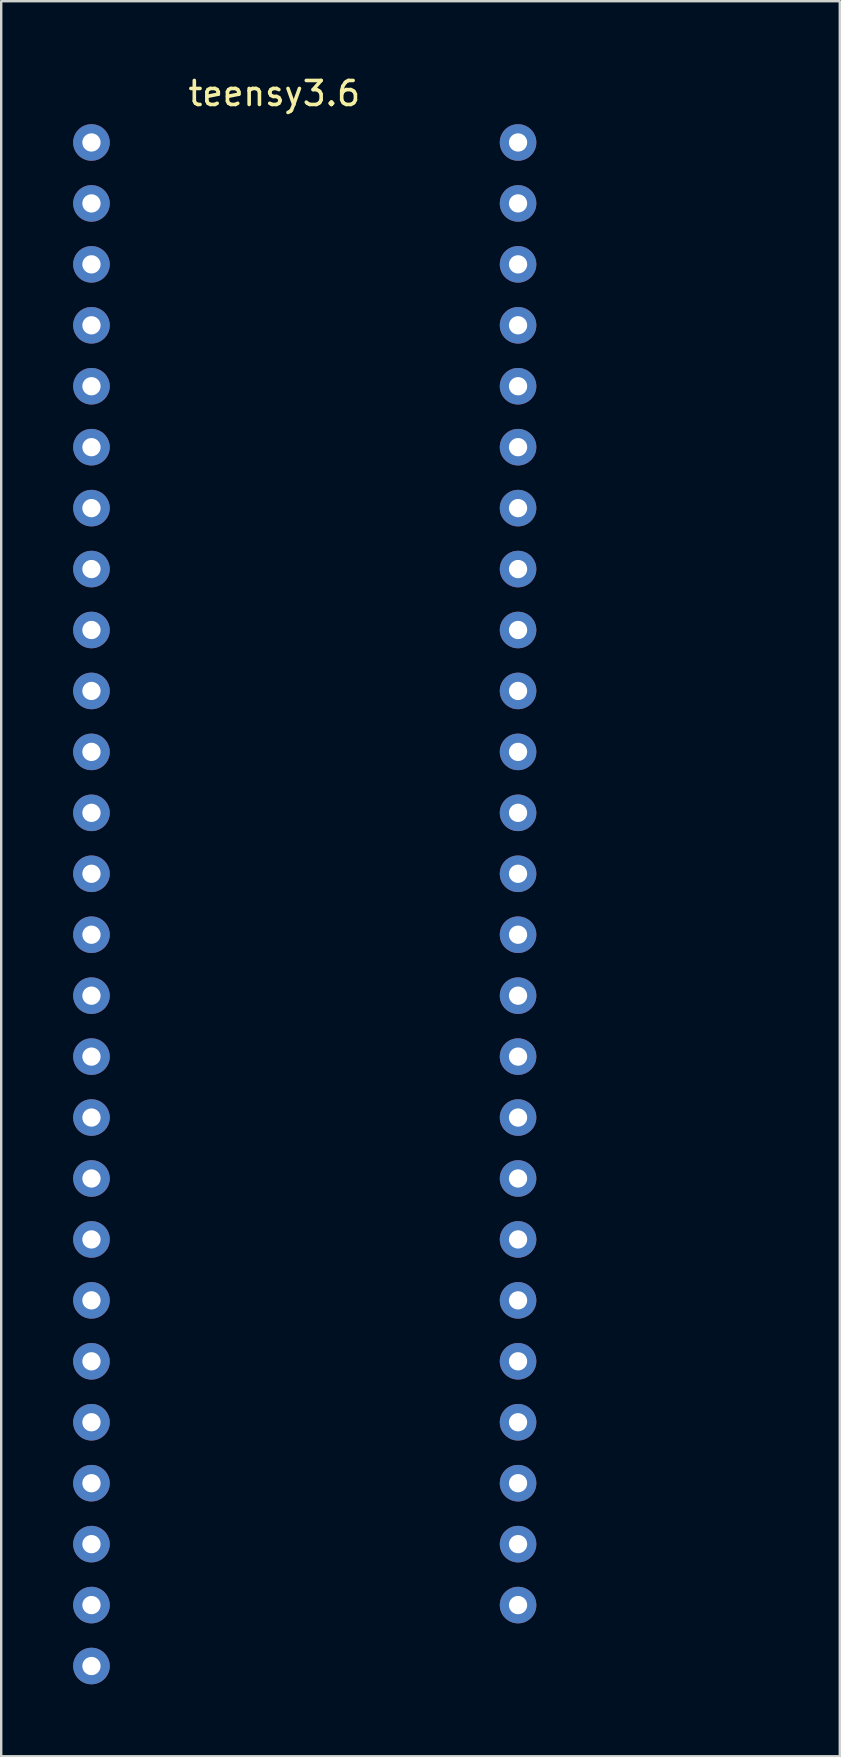
<source format=kicad_pcb>
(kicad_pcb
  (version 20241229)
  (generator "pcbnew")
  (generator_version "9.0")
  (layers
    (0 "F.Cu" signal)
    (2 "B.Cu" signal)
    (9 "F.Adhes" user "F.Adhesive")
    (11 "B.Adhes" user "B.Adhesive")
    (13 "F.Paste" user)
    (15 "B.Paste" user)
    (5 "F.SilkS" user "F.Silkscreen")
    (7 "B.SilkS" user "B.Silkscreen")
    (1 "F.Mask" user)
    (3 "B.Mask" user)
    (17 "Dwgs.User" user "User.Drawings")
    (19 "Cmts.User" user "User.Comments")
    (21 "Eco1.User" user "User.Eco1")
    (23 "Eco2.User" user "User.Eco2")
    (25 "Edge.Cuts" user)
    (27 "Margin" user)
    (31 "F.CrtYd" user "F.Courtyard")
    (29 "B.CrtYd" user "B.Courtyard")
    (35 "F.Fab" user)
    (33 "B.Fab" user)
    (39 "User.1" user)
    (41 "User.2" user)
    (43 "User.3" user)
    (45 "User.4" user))
  (footprint "teensy3.6"
    (layer "F.Cu")
    (at 28.702 18.128)
    (property "Reference" "teensy3.6" (at -20.32 -17.28 0) (layer "F.SilkS") (effects (font (size 1 1) (thickness 0.15))))
    (attr through_hole)
    (pad "1" thru_hole circle (at -27.94 -15.24) (size 1.524 1.524) (drill 0.762) (layers "*.Cu" "*.Mask"))
    (pad "2" thru_hole circle (at -10.16 -15.24) (size 1.524 1.524) (drill 0.762) (layers "*.Cu" "*.Mask"))
    (pad "3" thru_hole circle (at -27.94 -12.7) (size 1.524 1.524) (drill 0.762) (layers "*.Cu" "*.Mask"))
    (pad "4" thru_hole circle (at -10.16 -12.7) (size 1.524 1.524) (drill 0.762) (layers "*.Cu" "*.Mask"))
    (pad "5" thru_hole circle (at -27.94 -10.16) (size 1.524 1.524) (drill 0.762) (layers "*.Cu" "*.Mask"))
    (pad "6" thru_hole circle (at -10.16 -10.16) (size 1.524 1.524) (drill 0.762) (layers "*.Cu" "*.Mask"))
    (pad "7" thru_hole circle (at -27.94 -7.62) (size 1.524 1.524) (drill 0.762) (layers "*.Cu" "*.Mask"))
    (pad "8" thru_hole circle (at -10.16 -7.62) (size 1.524 1.524) (drill 0.762) (layers "*.Cu" "*.Mask"))
    (pad "9" thru_hole circle (at -27.94 -5.08) (size 1.524 1.524) (drill 0.762) (layers "*.Cu" "*.Mask"))
    (pad "10" thru_hole circle (at -10.16 -5.08) (size 1.524 1.524) (drill 0.762) (layers "*.Cu" "*.Mask"))
    (pad "11" thru_hole circle (at -27.94 -2.54) (size 1.524 1.524) (drill 0.762) (layers "*.Cu" "*.Mask"))
    (pad "12" thru_hole circle (at -10.16 -2.54) (size 1.524 1.524) (drill 0.762) (layers "*.Cu" "*.Mask"))
    (pad "13" thru_hole circle (at -27.94 0) (size 1.524 1.524) (drill 0.762) (layers "*.Cu" "*.Mask"))
    (pad "14" thru_hole circle (at -10.16 0) (size 1.524 1.524) (drill 0.762) (layers "*.Cu" "*.Mask"))
    (pad "15" thru_hole circle (at -27.94 2.54) (size 1.524 1.524) (drill 0.762) (layers "*.Cu" "*.Mask"))
    (pad "16" thru_hole circle (at -10.16 2.54) (size 1.524 1.524) (drill 0.762) (layers "*.Cu" "*.Mask"))
    (pad "17" thru_hole circle (at -27.94 5.08) (size 1.524 1.524) (drill 0.762) (layers "*.Cu" "*.Mask"))
    (pad "18" thru_hole circle (at -10.16 5.08) (size 1.524 1.524) (drill 0.762) (layers "*.Cu" "*.Mask"))
    (pad "19" thru_hole circle (at -27.94 7.62) (size 1.524 1.524) (drill 0.762) (layers "*.Cu" "*.Mask"))
    (pad "20" thru_hole circle (at -10.16 7.62) (size 1.524 1.524) (drill 0.762) (layers "*.Cu" "*.Mask"))
    (pad "21" thru_hole circle (at -27.94 10.16) (size 1.524 1.524) (drill 0.762) (layers "*.Cu" "*.Mask"))
    (pad "22" thru_hole circle (at -10.16 10.16) (size 1.524 1.524) (drill 0.762) (layers "*.Cu" "*.Mask"))
    (pad "23" thru_hole circle (at -27.94 12.7) (size 1.524 1.524) (drill 0.762) (layers "*.Cu" "*.Mask"))
    (pad "24" thru_hole circle (at -10.16 12.7) (size 1.524 1.524) (drill 0.762) (layers "*.Cu" "*.Mask"))
    (pad "25" thru_hole circle (at -27.94 15.24) (size 1.524 1.524) (drill 0.762) (layers "*.Cu" "*.Mask"))
    (pad "26" thru_hole circle (at -10.16 15.24) (size 1.524 1.524) (drill 0.762) (layers "*.Cu" "*.Mask"))
    (pad "27" thru_hole circle (at -27.94 17.78) (size 1.524 1.524) (drill 0.762) (layers "*.Cu" "*.Mask"))
    (pad "28" thru_hole circle (at -10.16 17.78) (size 1.524 1.524) (drill 0.762) (layers "*.Cu" "*.Mask"))
    (pad "29" thru_hole circle (at -27.94 20.32) (size 1.524 1.524) (drill 0.762) (layers "*.Cu" "*.Mask"))
    (pad "30" thru_hole circle (at -10.16 20.32) (size 1.524 1.524) (drill 0.762) (layers "*.Cu" "*.Mask"))
    (pad "31" thru_hole circle (at -27.94 22.86) (size 1.524 1.524) (drill 0.762) (layers "*.Cu" "*.Mask"))
    (pad "32" thru_hole circle (at -10.16 22.86) (size 1.524 1.524) (drill 0.762) (layers "*.Cu" "*.Mask"))
    (pad "33" thru_hole circle (at -27.94 25.4) (size 1.524 1.524) (drill 0.762) (layers "*.Cu" "*.Mask"))
    (pad "34" thru_hole circle (at -10.16 25.4) (size 1.524 1.524) (drill 0.762) (layers "*.Cu" "*.Mask"))
    (pad "35" thru_hole circle (at -27.94 27.94) (size 1.524 1.524) (drill 0.762) (layers "*.Cu" "*.Mask"))
    (pad "36" thru_hole circle (at -10.16 27.94) (size 1.524 1.524) (drill 0.762) (layers "*.Cu" "*.Mask"))
    (pad "37" thru_hole circle (at -27.94 30.48) (size 1.524 1.524) (drill 0.762) (layers "*.Cu" "*.Mask"))
    (pad "38" thru_hole circle (at -10.16 30.48) (size 1.524 1.524) (drill 0.762) (layers "*.Cu" "*.Mask"))
    (pad "39" thru_hole circle (at -27.94 33.02) (size 1.524 1.524) (drill 0.762) (layers "*.Cu" "*.Mask"))
    (pad "40" thru_hole circle (at -10.16 33.02) (size 1.524 1.524) (drill 0.762) (layers "*.Cu" "*.Mask"))
    (pad "41" thru_hole circle (at -27.94 35.56) (size 1.524 1.524) (drill 0.762) (layers "*.Cu" "*.Mask"))
    (pad "42" thru_hole circle (at -10.16 35.56) (size 1.524 1.524) (drill 0.762) (layers "*.Cu" "*.Mask"))
    (pad "43" thru_hole circle (at -27.94 38.1) (size 1.524 1.524) (drill 0.762) (layers "*.Cu" "*.Mask"))
    (pad "44" thru_hole circle (at -10.16 38.1) (size 1.524 1.524) (drill 0.762) (layers "*.Cu" "*.Mask"))
    (pad "45" thru_hole circle (at -27.94 40.64) (size 1.524 1.524) (drill 0.762) (layers "*.Cu" "*.Mask"))
    (pad "46" thru_hole circle (at -10.16 40.64) (size 1.524 1.524) (drill 0.762) (layers "*.Cu" "*.Mask"))
    (pad "47" thru_hole circle (at -27.94 43.18) (size 1.524 1.524) (drill 0.762) (layers "*.Cu" "*.Mask"))
    (pad "48" thru_hole circle (at -10.16 43.18) (size 1.524 1.524) (drill 0.762) (layers "*.Cu" "*.Mask"))
    (pad "49" thru_hole circle (at -27.94 45.72) (size 1.524 1.524) (drill 0.762) (layers "*.Cu" "*.Mask"))
    (pad "50" thru_hole circle (at -10.16 45.72) (size 1.524 1.524) (drill 0.762) (layers "*.Cu" "*.Mask"))
    (pad "51" thru_hole circle (at -27.94 48.26) (size 1.524 1.524) (drill 0.762) (layers "*.Cu" "*.Mask")))
  (gr_rect
    (start -3 -3)
    (end 31.952 70.15)
    (stroke (width 0.1) (type default))
    (fill no)
    (layer "Edge.Cuts")))
</source>
